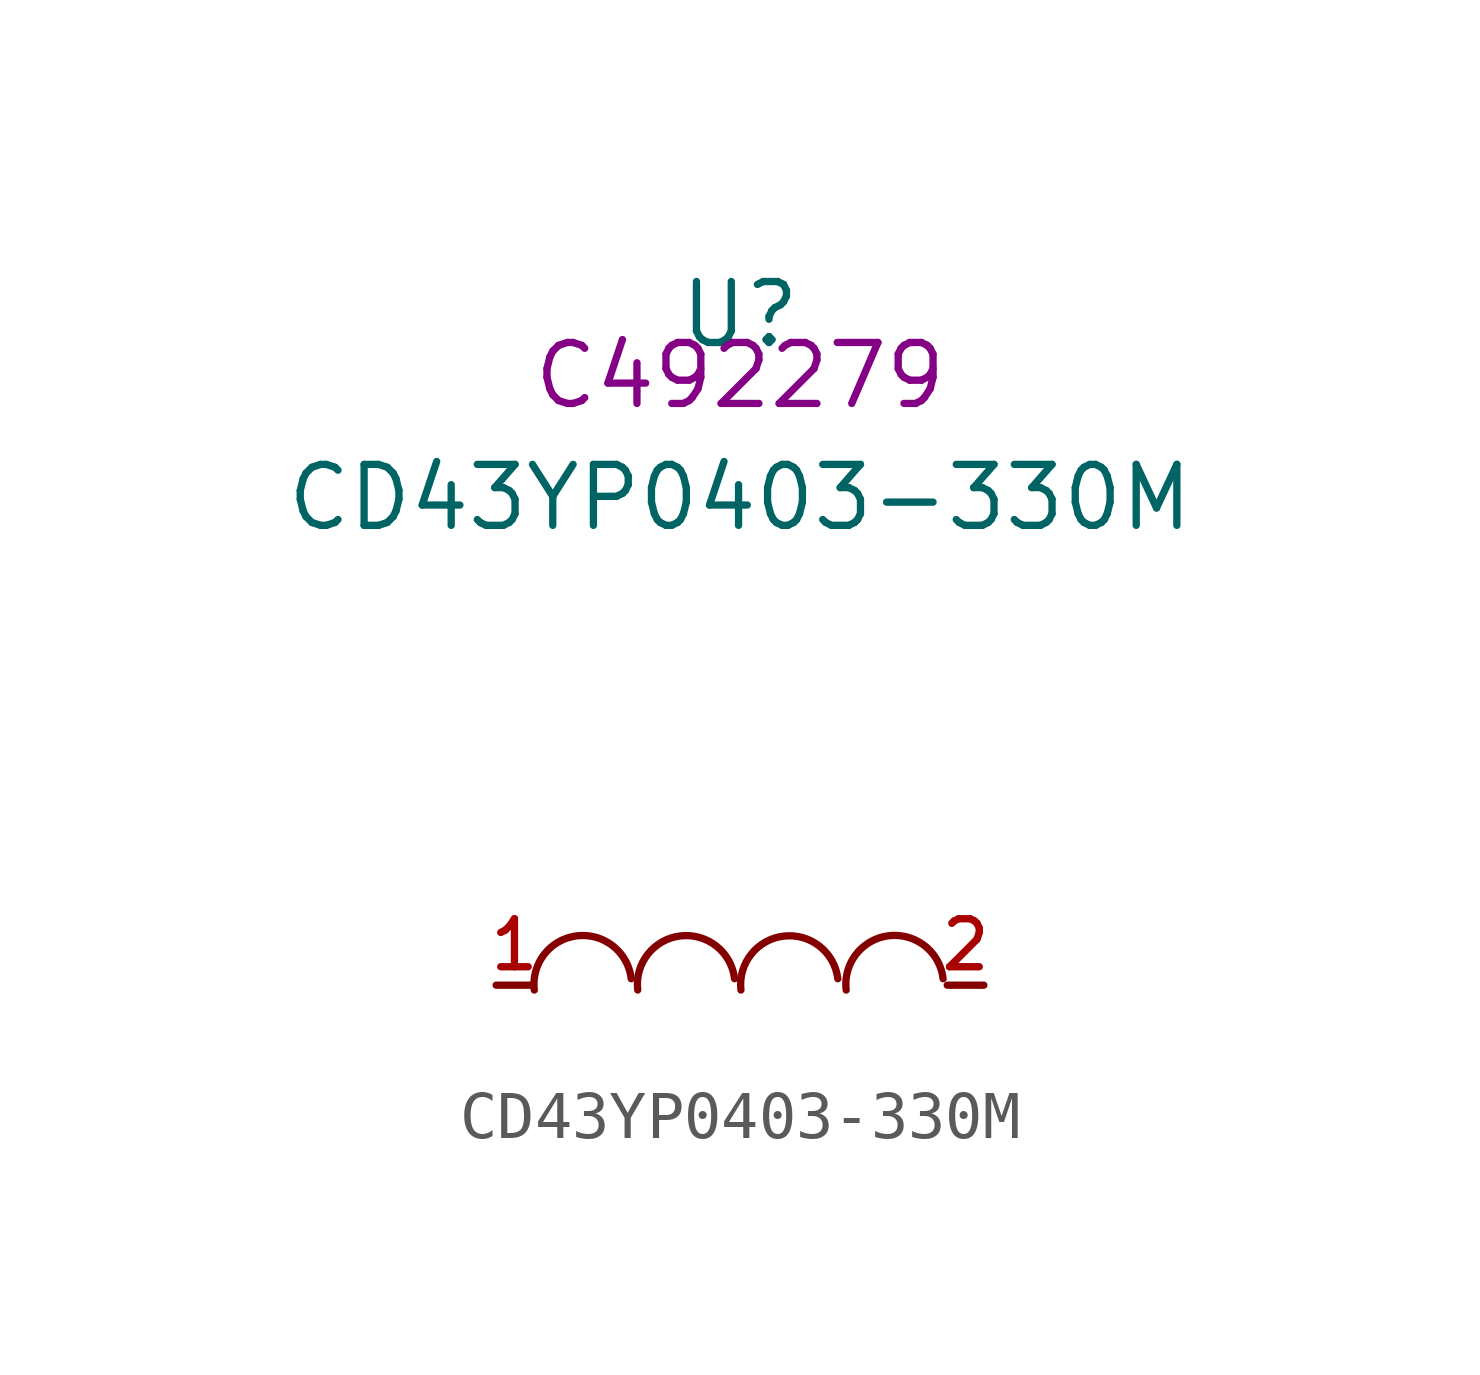
<source format=kicad_sym>
(kicad_symbol_lib
  (version 20210201)
  (generator TousstNicolas/JLC2KiCad_lib)
  (symbol "CD43YP0403-330M"
    (pin_names hide)
    (property "Reference" "U"
      (at 0 1.27 0)
      (effects (font (size 1.27 1.27))))
    (property "Value" "CD43YP0403-330M"
      (at 0 -2.54 0)
      (effects (font (size 1.27 1.27))))
    (property "LCSC" "C492279"
      (at 0 0 0)
      (effects (font (size 1.27 1.27))))
    (symbol "CD43YP0403-330M_0_0"
      (pin unspecified line (at 5.08 -12.7 180) (length 0.762) (name "2" (effects (font (size 1 1)))) (number "2" (effects (font (size 1 1)))))
      (pin unspecified line (at -5.08 -12.7 0) (length 0.762) (name "1" (effects (font (size 1 1)))) (number "1" (effects (font (size 1 1)))))
      (arc (start -2.2675752966092375 -12.565470212201092) (mid -3.158961220394403 -13.692387760879669) (end -4.285878757569847 -12.801001822551868) (stroke (width 0) (type default) (color 0 0 0 0)) (fill (type none)))
      (arc (start -0.11288997933777978 -12.56486364182173) (mid -1.004307647626618 -13.691756077866842) (end -2.131200074279107 -12.800338397704266) (stroke (width 0) (type default) (color 0 0 0 0)) (fill (type none)))
      (arc (start 2.037728020662229 -12.56486364182173) (mid 1.1463103523733906 -13.691756077866842) (end 0.019417925720887297 -12.800338397704266) (stroke (width 0) (type default) (color 0 0 0 0)) (fill (type none)))
      (arc (start 4.230510020662237 -12.565371641821713) (mid 3.339092352373399 -13.692264077866824) (end 2.2121999257209097 -12.800846397704262) (stroke (width 0) (type default) (color 0 0 0 0)) (fill (type none))))))
</source>
